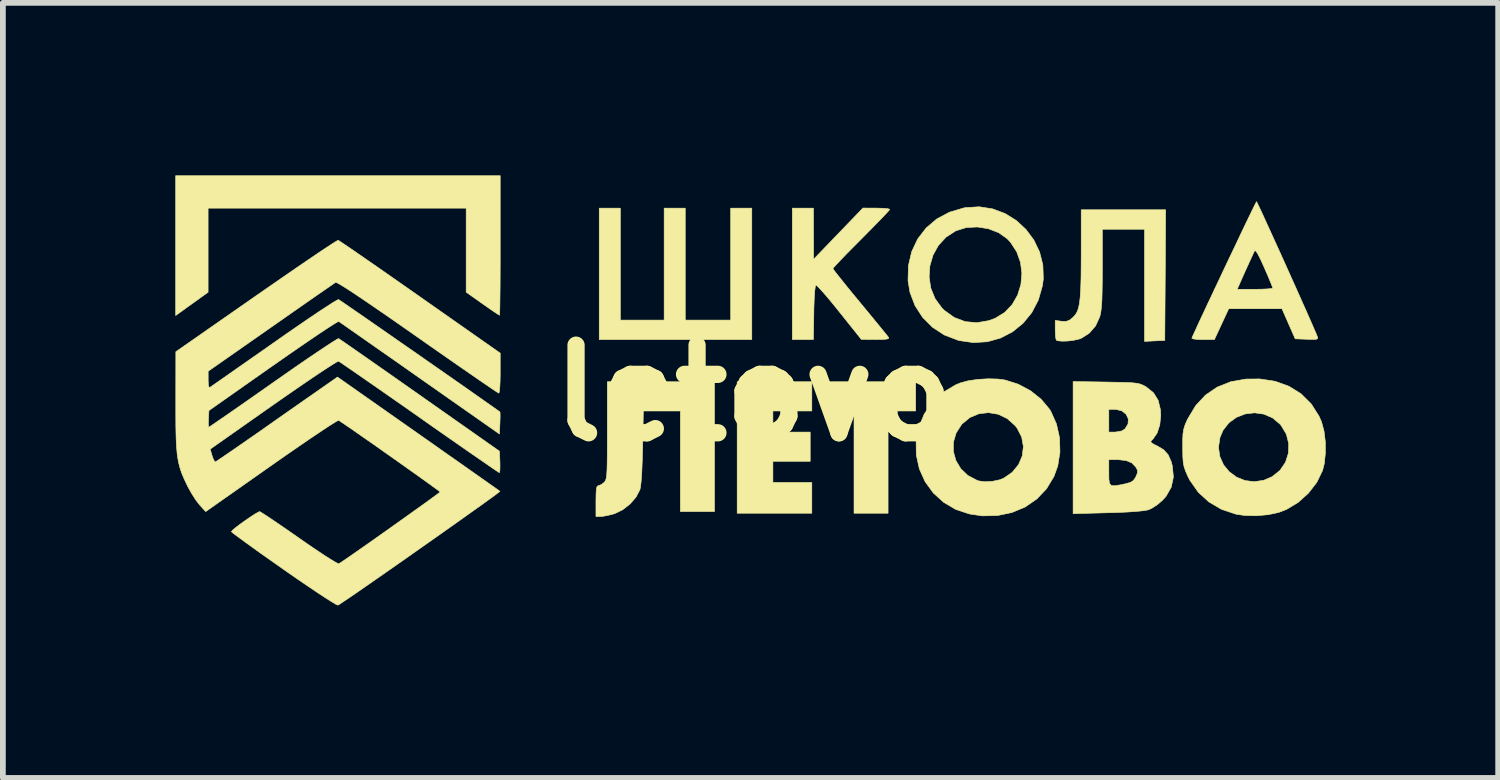
<source format=kicad_pcb>
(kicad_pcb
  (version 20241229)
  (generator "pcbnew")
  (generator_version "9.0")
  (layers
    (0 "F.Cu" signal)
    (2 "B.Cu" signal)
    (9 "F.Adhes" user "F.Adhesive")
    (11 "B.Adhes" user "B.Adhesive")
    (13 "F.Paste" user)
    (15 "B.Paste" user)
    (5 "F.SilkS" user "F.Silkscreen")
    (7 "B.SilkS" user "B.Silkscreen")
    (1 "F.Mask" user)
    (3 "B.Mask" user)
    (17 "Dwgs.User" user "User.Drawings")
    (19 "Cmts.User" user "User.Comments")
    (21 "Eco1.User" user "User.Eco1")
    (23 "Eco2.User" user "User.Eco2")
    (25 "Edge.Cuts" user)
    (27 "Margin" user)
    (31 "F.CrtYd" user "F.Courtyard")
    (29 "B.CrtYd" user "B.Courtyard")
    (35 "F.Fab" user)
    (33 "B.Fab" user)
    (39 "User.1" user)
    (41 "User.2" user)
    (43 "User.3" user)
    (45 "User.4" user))
  (footprint "letovo"
    (layer "F.Cu")
    (at 10.052 3.787)
    (property "Reference" "letovo" (at 0 0 0) (layer "F.SilkS") (effects (font (size 1.524 1.524) (thickness 0.3))))
    (attr through_hole)
    (fp_poly (pts (xy 2.822 0.31) (xy 2.342 0.31) (xy 2.342 2.088) (xy 1.75 2.088) (xy 1.75 0.31) (xy 1.27 0.31) (xy 1.27 -0.198) (xy 2.822 -0.198) (xy 2.822 0.31)) (stroke (width 0.01) (type solid)) (fill yes) (layer "F.SilkS"))
    (fp_poly (pts (xy -2.314 -1.27) (xy -1.552 -1.27) (xy -1.552 -3.217) (xy -1.185 -3.217) (xy -1.185 -1.27) (xy -0.395 -1.27) (xy -0.395 -3.217) (xy -0.028 -3.217) (xy -0.028 -0.931) (xy -2.681 -0.931) (xy -2.681 -3.217) (xy -2.314 -3.217) (xy -2.314 -1.27)) (stroke (width 0.01) (type solid)) (fill yes) (layer "F.SilkS"))
    (fp_poly (pts (xy 1.016 0.31) (xy 0.339 0.31) (xy 0.339 0.677) (xy 0.988 0.677) (xy 0.988 1.185) (xy 0.339 1.185) (xy 0.339 1.552) (xy 1.016 1.552) (xy 1.016 2.088) (xy -0.282 2.088) (xy -0.282 -0.198) (xy 1.016 -0.198) (xy 1.016 0.31)) (stroke (width 0.01) (type solid)) (fill yes) (layer "F.SilkS"))
    (fp_poly (pts (xy -4.403 -2.568) (xy -4.403 -2.313) (xy -4.404 -2.075) (xy -4.405 -1.862) (xy -4.407 -1.679) (xy -4.409 -1.531) (xy -4.411 -1.425) (xy -4.413 -1.365) (xy -4.415 -1.355) (xy -4.441 -1.37) (xy -4.505 -1.412) (xy -4.595 -1.474) (xy -4.704 -1.55) (xy -4.711 -1.555) (xy -4.995 -1.756) (xy -4.995 -3.217) (xy -9.483 -3.217) (xy -9.483 -1.755) (xy -9.617 -1.659) (xy -9.718 -1.586) (xy -9.833 -1.504) (xy -9.899 -1.456) (xy -10.047 -1.35) (xy -10.047 -3.782) (xy -4.403 -3.782) (xy -4.403 -2.568)) (stroke (width 0.01) (type solid)) (fill yes) (layer "F.SilkS"))
    (fp_poly (pts (xy -0.677 2.06) (xy -1.27 2.06) (xy -1.27 0.31) (xy -1.914 0.31) (xy -1.926 0.938) (xy -1.933 1.178) (xy -1.941 1.378) (xy -1.952 1.534) (xy -1.965 1.64) (xy -1.974 1.679) (xy -2.039 1.805) (xy -2.143 1.926) (xy -2.272 2.027) (xy -2.411 2.095) (xy -2.425 2.099) (xy -2.526 2.125) (xy -2.618 2.142) (xy -2.658 2.145) (xy -2.738 2.145) (xy -2.738 1.877) (xy -2.736 1.749) (xy -2.731 1.668) (xy -2.719 1.625) (xy -2.701 1.609) (xy -2.695 1.609) (xy -2.645 1.59) (xy -2.596 1.552) (xy -2.58 1.534) (xy -2.568 1.51) (xy -2.558 1.474) (xy -2.551 1.421) (xy -2.546 1.343) (xy -2.543 1.234) (xy -2.541 1.088) (xy -2.54 0.899) (xy -2.54 0.66) (xy -2.54 0.649) (xy -2.54 -0.198) (xy -0.677 -0.198) (xy -0.677 2.06)) (stroke (width 0.01) (type solid)) (fill yes) (layer "F.SilkS"))
    (fp_poly (pts (xy 7.162 -2.053) (xy 7.154 -0.917) (xy 6.978 -0.909) (xy 6.802 -0.9) (xy 6.802 -2.85) (xy 6.068 -2.85) (xy 6.068 -2.164) (xy 6.067 -1.932) (xy 6.064 -1.749) (xy 6.06 -1.606) (xy 6.052 -1.497) (xy 6.042 -1.412) (xy 6.028 -1.345) (xy 6.022 -1.325) (xy 5.951 -1.17) (xy 5.841 -1.043) (xy 5.705 -0.956) (xy 5.653 -0.937) (xy 5.562 -0.918) (xy 5.46 -0.906) (xy 5.364 -0.904) (xy 5.293 -0.911) (xy 5.268 -0.922) (xy 5.258 -0.958) (xy 5.251 -1.033) (xy 5.249 -1.103) (xy 5.249 -1.265) (xy 5.358 -1.25) (xy 5.439 -1.247) (xy 5.502 -1.272) (xy 5.556 -1.316) (xy 5.595 -1.358) (xy 5.627 -1.408) (xy 5.651 -1.472) (xy 5.67 -1.557) (xy 5.683 -1.67) (xy 5.692 -1.815) (xy 5.698 -2) (xy 5.7 -2.23) (xy 5.701 -2.445) (xy 5.701 -3.189) (xy 7.169 -3.189) (xy 7.162 -2.053)) (stroke (width 0.01) (type solid)) (fill yes) (layer "F.SilkS"))
    (fp_poly (pts (xy 2.138 -3.218) (xy 2.244 -3.215) (xy 2.325 -3.209) (xy 2.368 -3.199) (xy 2.371 -3.196) (xy 2.352 -3.171) (xy 2.298 -3.112) (xy 2.214 -3.024) (xy 2.107 -2.914) (xy 1.982 -2.787) (xy 1.877 -2.681) (xy 1.741 -2.544) (xy 1.619 -2.421) (xy 1.517 -2.315) (xy 1.44 -2.234) (xy 1.394 -2.182) (xy 1.383 -2.166) (xy 1.4 -2.139) (xy 1.449 -2.075) (xy 1.525 -1.98) (xy 1.622 -1.859) (xy 1.737 -1.718) (xy 1.857 -1.573) (xy 1.985 -1.418) (xy 2.101 -1.277) (xy 2.201 -1.155) (xy 2.28 -1.058) (xy 2.332 -0.993) (xy 2.352 -0.967) (xy 2.35 -0.949) (xy 2.313 -0.939) (xy 2.234 -0.934) (xy 2.125 -0.933) (xy 1.877 -0.935) (xy 1.496 -1.412) (xy 1.383 -1.552) (xy 1.281 -1.675) (xy 1.194 -1.774) (xy 1.13 -1.844) (xy 1.093 -1.879) (xy 1.087 -1.881) (xy 1.076 -1.85) (xy 1.066 -1.77) (xy 1.058 -1.646) (xy 1.052 -1.485) (xy 1.051 -1.402) (xy 1.043 -0.931) (xy 0.677 -0.931) (xy 0.677 -3.217) (xy 1.044 -3.217) (xy 1.045 -2.773) (xy 1.047 -2.328) (xy 1.476 -2.774) (xy 1.905 -3.219) (xy 2.138 -3.218)) (stroke (width 0.01) (type solid)) (fill yes) (layer "F.SilkS"))
    (fp_poly (pts (xy 4.257 -0.245) (xy 4.374 -0.229) (xy 4.605 -0.156) (xy 4.819 -0.042) (xy 5.004 0.106) (xy 5.15 0.28) (xy 5.175 0.321) (xy 5.271 0.538) (xy 5.324 0.777) (xy 5.331 1.025) (xy 5.293 1.266) (xy 5.226 1.451) (xy 5.097 1.664) (xy 4.928 1.841) (xy 4.726 1.98) (xy 4.496 2.076) (xy 4.246 2.128) (xy 3.981 2.134) (xy 3.761 2.102) (xy 3.52 2.023) (xy 3.308 1.898) (xy 3.128 1.735) (xy 2.986 1.539) (xy 2.886 1.317) (xy 2.833 1.075) (xy 2.832 1.016) (xy 3.478 1.016) (xy 3.522 1.173) (xy 3.607 1.315) (xy 3.731 1.433) (xy 3.891 1.517) (xy 3.916 1.526) (xy 4.024 1.541) (xy 4.155 1.534) (xy 4.283 1.507) (xy 4.352 1.48) (xy 4.502 1.376) (xy 4.611 1.243) (xy 4.676 1.091) (xy 4.695 0.929) (xy 4.666 0.765) (xy 4.587 0.61) (xy 4.551 0.564) (xy 4.414 0.442) (xy 4.257 0.367) (xy 4.09 0.339) (xy 3.923 0.358) (xy 3.766 0.423) (xy 3.629 0.536) (xy 3.622 0.543) (xy 3.526 0.692) (xy 3.478 0.853) (xy 3.478 1.016) (xy 2.832 1.016) (xy 2.83 0.849) (xy 2.876 0.594) (xy 2.972 0.362) (xy 3.114 0.158) (xy 3.297 -0.013) (xy 3.518 -0.144) (xy 3.596 -0.177) (xy 3.732 -0.214) (xy 3.902 -0.239) (xy 4.084 -0.25) (xy 4.257 -0.245)) (stroke (width 0.01) (type solid)) (fill yes) (layer "F.SilkS"))
    (fp_poly (pts (xy 4.159 -3.205) (xy 4.376 -3.124) (xy 4.571 -3.003) (xy 4.74 -2.847) (xy 4.877 -2.663) (xy 4.977 -2.455) (xy 5.034 -2.229) (xy 5.042 -1.991) (xy 5.027 -1.87) (xy 4.956 -1.621) (xy 4.842 -1.402) (xy 4.69 -1.216) (xy 4.507 -1.067) (xy 4.297 -0.958) (xy 4.068 -0.894) (xy 3.826 -0.879) (xy 3.576 -0.915) (xy 3.559 -0.92) (xy 3.321 -1.011) (xy 3.114 -1.146) (xy 2.942 -1.319) (xy 2.81 -1.523) (xy 2.723 -1.753) (xy 2.689 -1.956) (xy 2.691 -2.019) (xy 3.056 -2.019) (xy 3.085 -1.826) (xy 3.159 -1.644) (xy 3.278 -1.481) (xy 3.319 -1.44) (xy 3.492 -1.316) (xy 3.683 -1.244) (xy 3.886 -1.225) (xy 4.094 -1.261) (xy 4.205 -1.302) (xy 4.371 -1.404) (xy 4.502 -1.542) (xy 4.596 -1.707) (xy 4.652 -1.89) (xy 4.669 -2.083) (xy 4.645 -2.275) (xy 4.579 -2.459) (xy 4.47 -2.625) (xy 4.412 -2.687) (xy 4.264 -2.791) (xy 4.085 -2.86) (xy 3.892 -2.89) (xy 3.699 -2.879) (xy 3.523 -2.824) (xy 3.52 -2.823) (xy 3.35 -2.713) (xy 3.217 -2.569) (xy 3.123 -2.399) (xy 3.069 -2.213) (xy 3.056 -2.019) (xy 2.691 -2.019) (xy 2.696 -2.218) (xy 2.753 -2.461) (xy 2.857 -2.681) (xy 3.004 -2.872) (xy 3.189 -3.029) (xy 3.41 -3.147) (xy 3.66 -3.221) (xy 3.685 -3.226) (xy 3.927 -3.241) (xy 4.159 -3.205)) (stroke (width 0.01) (type solid)) (fill yes) (layer "F.SilkS"))
    (fp_poly (pts (xy 9.075 -0.206) (xy 9.316 -0.118) (xy 9.526 0.013) (xy 9.7 0.186) (xy 9.835 0.398) (xy 9.88 0.5) (xy 9.923 0.658) (xy 9.946 0.846) (xy 9.947 1.043) (xy 9.928 1.226) (xy 9.898 1.345) (xy 9.798 1.551) (xy 9.653 1.739) (xy 9.474 1.9) (xy 9.273 2.021) (xy 9.134 2.075) (xy 8.95 2.114) (xy 8.744 2.132) (xy 8.541 2.127) (xy 8.393 2.105) (xy 8.141 2.021) (xy 7.921 1.892) (xy 7.736 1.723) (xy 7.591 1.516) (xy 7.555 1.446) (xy 7.516 1.356) (xy 7.49 1.282) (xy 7.475 1.204) (xy 7.468 1.107) (xy 7.466 0.973) (xy 7.466 0.945) (xy 7.466 0.943) (xy 8.088 0.943) (xy 8.112 1.104) (xy 8.176 1.247) (xy 8.276 1.368) (xy 8.403 1.461) (xy 8.549 1.52) (xy 8.709 1.54) (xy 8.874 1.516) (xy 9.021 1.453) (xy 9.158 1.343) (xy 9.253 1.203) (xy 9.304 1.045) (xy 9.31 0.879) (xy 9.269 0.715) (xy 9.179 0.564) (xy 9.162 0.543) (xy 9.03 0.431) (xy 8.878 0.365) (xy 8.716 0.342) (xy 8.555 0.361) (xy 8.403 0.419) (xy 8.27 0.515) (xy 8.167 0.646) (xy 8.114 0.771) (xy 8.088 0.943) (xy 7.466 0.943) (xy 7.466 0.805) (xy 7.471 0.704) (xy 7.484 0.626) (xy 7.506 0.554) (xy 7.542 0.471) (xy 7.555 0.445) (xy 7.691 0.218) (xy 7.862 0.034) (xy 8.066 -0.105) (xy 8.302 -0.199) (xy 8.566 -0.245) (xy 8.805 -0.247) (xy 9.075 -0.206)) (stroke (width 0.01) (type solid)) (fill yes) (layer "F.SilkS"))
    (fp_poly (pts (xy 8.763 -3.305) (xy 8.797 -3.235) (xy 8.848 -3.126) (xy 8.913 -2.984) (xy 8.99 -2.815) (xy 9.076 -2.626) (xy 9.169 -2.422) (xy 9.264 -2.211) (xy 9.36 -1.997) (xy 9.454 -1.788) (xy 9.542 -1.59) (xy 9.623 -1.409) (xy 9.693 -1.25) (xy 9.749 -1.121) (xy 9.789 -1.028) (xy 9.809 -0.979) (xy 9.814 -0.953) (xy 9.798 -0.939) (xy 9.748 -0.934) (xy 9.656 -0.936) (xy 9.625 -0.937) (xy 9.422 -0.945) (xy 9.307 -1.206) (xy 9.192 -1.468) (xy 8.266 -1.468) (xy 8.017 -0.931) (xy 7.816 -0.931) (xy 7.72 -0.934) (xy 7.651 -0.943) (xy 7.625 -0.954) (xy 7.625 -0.956) (xy 7.645 -1.003) (xy 7.686 -1.092) (xy 7.743 -1.218) (xy 7.816 -1.373) (xy 7.899 -1.551) (xy 7.992 -1.747) (xy 8.019 -1.806) (xy 8.413 -1.806) (xy 8.722 -1.806) (xy 8.847 -1.808) (xy 8.947 -1.813) (xy 9.012 -1.82) (xy 9.032 -1.827) (xy 9.021 -1.86) (xy 8.992 -1.933) (xy 8.948 -2.038) (xy 8.894 -2.162) (xy 8.886 -2.182) (xy 8.821 -2.324) (xy 8.774 -2.417) (xy 8.742 -2.467) (xy 8.721 -2.478) (xy 8.714 -2.471) (xy 8.694 -2.429) (xy 8.656 -2.347) (xy 8.606 -2.238) (xy 8.551 -2.117) (xy 8.413 -1.806) (xy 8.019 -1.806) (xy 8.09 -1.955) (xy 8.19 -2.168) (xy 8.291 -2.38) (xy 8.389 -2.585) (xy 8.48 -2.778) (xy 8.563 -2.951) (xy 8.634 -3.098) (xy 8.691 -3.215) (xy 8.73 -3.294) (xy 8.749 -3.329) (xy 8.75 -3.33) (xy 8.763 -3.305)) (stroke (width 0.01) (type solid)) (fill yes) (layer "F.SilkS"))
    (fp_poly (pts (xy 6.131 -0.193) (xy 6.325 -0.189) (xy 6.471 -0.186) (xy 6.578 -0.181) (xy 6.656 -0.173) (xy 6.714 -0.162) (xy 6.759 -0.146) (xy 6.802 -0.125) (xy 6.834 -0.106) (xy 6.958 -0.006) (xy 7.039 0.124) (xy 7.079 0.289) (xy 7.084 0.391) (xy 7.067 0.553) (xy 7.021 0.694) (xy 6.949 0.799) (xy 6.93 0.817) (xy 6.91 0.841) (xy 6.923 0.865) (xy 6.976 0.896) (xy 7.021 0.917) (xy 7.135 0.985) (xy 7.213 1.072) (xy 7.267 1.194) (xy 7.286 1.269) (xy 7.304 1.458) (xy 7.267 1.634) (xy 7.177 1.793) (xy 7.116 1.861) (xy 7.028 1.937) (xy 6.934 1.999) (xy 6.872 2.028) (xy 6.797 2.043) (xy 6.671 2.056) (xy 6.498 2.068) (xy 6.283 2.077) (xy 6.16 2.08) (xy 5.56 2.096) (xy 5.56 1.157) (xy 6.181 1.157) (xy 6.181 1.383) (xy 6.182 1.497) (xy 6.193 1.569) (xy 6.223 1.605) (xy 6.283 1.611) (xy 6.382 1.595) (xy 6.463 1.578) (xy 6.555 1.553) (xy 6.609 1.519) (xy 6.647 1.464) (xy 6.652 1.452) (xy 6.68 1.386) (xy 6.679 1.339) (xy 6.65 1.285) (xy 6.649 1.285) (xy 6.581 1.213) (xy 6.483 1.172) (xy 6.346 1.157) (xy 6.32 1.157) (xy 6.181 1.157) (xy 5.56 1.157) (xy 5.56 0.282) (xy 6.181 0.282) (xy 6.181 0.677) (xy 6.294 0.677) (xy 6.408 0.657) (xy 6.463 0.621) (xy 6.515 0.536) (xy 6.52 0.448) (xy 6.482 0.368) (xy 6.41 0.309) (xy 6.308 0.283) (xy 6.294 0.282) (xy 6.181 0.282) (xy 5.56 0.282) (xy 5.56 -0.202) (xy 6.131 -0.193)) (stroke (width 0.01) (type solid)) (fill yes) (layer "F.SilkS"))
    (fp_poly (pts (xy -7.221 -2.659) (xy -7.193 -2.641) (xy -7.122 -2.594) (xy -7.014 -2.521) (xy -6.872 -2.423) (xy -6.7 -2.304) (xy -6.502 -2.167) (xy -6.283 -2.014) (xy -6.047 -1.849) (xy -5.797 -1.674) (xy -5.796 -1.673) (xy -4.403 -0.696) (xy -4.403 -0.348) (xy -4.405 -0.215) (xy -4.41 -0.106) (xy -4.417 -0.031) (xy -4.426 -0.000183) (xy -4.427 0) (xy -4.454 -0.016) (xy -4.523 -0.061) (xy -4.63 -0.134) (xy -4.771 -0.23) (xy -4.941 -0.348) (xy -5.138 -0.484) (xy -5.356 -0.636) (xy -5.592 -0.8) (xy -5.84 -0.974) (xy -6.169 -1.204) (xy -6.456 -1.403) (xy -6.7 -1.57) (xy -6.901 -1.706) (xy -7.059 -1.81) (xy -7.173 -1.881) (xy -7.243 -1.92) (xy -7.266 -1.927) (xy -7.296 -1.906) (xy -7.367 -1.857) (xy -7.476 -1.782) (xy -7.616 -1.685) (xy -7.784 -1.568) (xy -7.975 -1.435) (xy -8.183 -1.289) (xy -8.392 -1.143) (xy -9.482 -0.381) (xy -9.482 -0.231) (xy -9.479 -0.143) (xy -9.468 -0.103) (xy -9.447 -0.103) (xy -9.418 -0.123) (xy -9.347 -0.173) (xy -9.239 -0.248) (xy -9.099 -0.346) (xy -8.932 -0.463) (xy -8.742 -0.596) (xy -8.534 -0.741) (xy -8.332 -0.883) (xy -8.112 -1.037) (xy -7.906 -1.179) (xy -7.718 -1.308) (xy -7.553 -1.419) (xy -7.415 -1.509) (xy -7.31 -1.577) (xy -7.241 -1.617) (xy -7.215 -1.628) (xy -7.189 -1.611) (xy -7.121 -1.565) (xy -7.016 -1.493) (xy -6.88 -1.399) (xy -6.718 -1.287) (xy -6.533 -1.159) (xy -6.332 -1.019) (xy -6.118 -0.87) (xy -5.897 -0.717) (xy -5.674 -0.561) (xy -5.454 -0.408) (xy -5.241 -0.259) (xy -5.04 -0.119) (xy -4.857 0.01) (xy -4.696 0.123) (xy -4.562 0.217) (xy -4.459 0.29) (xy -4.408 0.326) (xy -4.405 0.355) (xy -4.405 0.425) (xy -4.408 0.521) (xy -4.417 0.71) (xy -5.8 -0.26) (xy -6.049 -0.435) (xy -6.284 -0.6) (xy -6.502 -0.752) (xy -6.699 -0.89) (xy -6.869 -1.009) (xy -7.01 -1.107) (xy -7.116 -1.182) (xy -7.185 -1.229) (xy -7.211 -1.247) (xy -7.239 -1.235) (xy -7.308 -1.193) (xy -7.415 -1.124) (xy -7.553 -1.033) (xy -7.719 -0.92) (xy -7.909 -0.79) (xy -8.117 -0.646) (xy -8.339 -0.491) (xy -8.354 -0.481) (xy -9.469 0.303) (xy -9.477 0.448) (xy -9.479 0.529) (xy -9.476 0.582) (xy -9.471 0.593) (xy -9.446 0.577) (xy -9.379 0.532) (xy -9.275 0.46) (xy -9.138 0.366) (xy -8.974 0.252) (xy -8.786 0.121) (xy -8.579 -0.024) (xy -8.358 -0.179) (xy -8.35 -0.185) (xy -8.128 -0.34) (xy -7.92 -0.485) (xy -7.73 -0.615) (xy -7.562 -0.728) (xy -7.423 -0.821) (xy -7.315 -0.891) (xy -7.244 -0.935) (xy -7.214 -0.949) (xy -7.213 -0.949) (xy -7.185 -0.93) (xy -7.115 -0.883) (xy -7.007 -0.808) (xy -6.865 -0.709) (xy -6.694 -0.59) (xy -6.497 -0.452) (xy -6.278 -0.299) (xy -6.042 -0.133) (xy -5.8 0.037) (xy -4.417 1.009) (xy -4.408 1.196) (xy -4.407 1.29) (xy -4.41 1.357) (xy -4.418 1.383) (xy -4.443 1.367) (xy -4.511 1.322) (xy -4.617 1.249) (xy -4.756 1.153) (xy -4.926 1.036) (xy -5.121 0.9) (xy -5.338 0.749) (xy -5.573 0.585) (xy -5.807 0.42) (xy -6.055 0.246) (xy -6.29 0.082) (xy -6.508 -0.07) (xy -6.704 -0.206) (xy -6.874 -0.324) (xy -7.015 -0.421) (xy -7.121 -0.494) (xy -7.189 -0.54) (xy -7.215 -0.556) (xy -7.245 -0.543) (xy -7.315 -0.5) (xy -7.423 -0.431) (xy -7.563 -0.339) (xy -7.73 -0.226) (xy -7.92 -0.096) (xy -8.128 0.048) (xy -8.349 0.202) (xy -9.447 0.974) (xy -9.414 1.087) (xy -9.389 1.156) (xy -9.365 1.193) (xy -9.359 1.196) (xy -9.331 1.18) (xy -9.263 1.134) (xy -9.16 1.064) (xy -9.027 0.973) (xy -8.87 0.864) (xy -8.694 0.742) (xy -8.556 0.646) (xy -8.356 0.505) (xy -8.158 0.366) (xy -7.969 0.234) (xy -7.799 0.115) (xy -7.654 0.014) (xy -7.544 -0.063) (xy -7.505 -0.09) (xy -7.233 -0.28) (xy -5.825 0.709) (xy -5.574 0.885) (xy -5.338 1.052) (xy -5.119 1.205) (xy -4.922 1.344) (xy -4.752 1.464) (xy -4.611 1.563) (xy -4.504 1.638) (xy -4.435 1.687) (xy -4.408 1.707) (xy -4.408 1.707) (xy -4.428 1.724) (xy -4.49 1.771) (xy -4.589 1.843) (xy -4.719 1.937) (xy -4.877 2.049) (xy -5.056 2.177) (xy -5.254 2.317) (xy -5.463 2.465) (xy -5.681 2.618) (xy -5.901 2.773) (xy -6.12 2.927) (xy -6.332 3.075) (xy -6.533 3.215) (xy -6.717 3.343) (xy -6.88 3.456) (xy -7.017 3.55) (xy -7.124 3.622) (xy -7.194 3.669) (xy -7.225 3.687) (xy -7.225 3.687) (xy -7.257 3.674) (xy -7.329 3.631) (xy -7.437 3.563) (xy -7.576 3.472) (xy -7.739 3.362) (xy -7.923 3.237) (xy -8.121 3.1) (xy -8.169 3.066) (xy -8.369 2.925) (xy -8.554 2.795) (xy -8.718 2.677) (xy -8.858 2.576) (xy -8.967 2.496) (xy -9.042 2.44) (xy -9.076 2.412) (xy -9.078 2.409) (xy -9.059 2.385) (xy -9.005 2.339) (xy -8.926 2.279) (xy -8.835 2.214) (xy -8.743 2.151) (xy -8.663 2.099) (xy -8.605 2.067) (xy -8.585 2.06) (xy -8.557 2.076) (xy -8.488 2.12) (xy -8.385 2.188) (xy -8.254 2.277) (xy -8.101 2.382) (xy -7.933 2.499) (xy -7.899 2.523) (xy -7.729 2.641) (xy -7.572 2.747) (xy -7.436 2.837) (xy -7.326 2.906) (xy -7.249 2.951) (xy -7.211 2.968) (xy -7.208 2.967) (xy -7.165 2.939) (xy -7.084 2.884) (xy -6.973 2.807) (xy -6.837 2.712) (xy -6.682 2.604) (xy -6.515 2.486) (xy -6.341 2.363) (xy -6.167 2.239) (xy -5.998 2.119) (xy -5.842 2.007) (xy -5.703 1.908) (xy -5.589 1.825) (xy -5.504 1.763) (xy -5.456 1.726) (xy -5.447 1.718) (xy -5.469 1.7) (xy -5.532 1.654) (xy -5.628 1.584) (xy -5.752 1.495) (xy -5.898 1.391) (xy -6.06 1.276) (xy -6.232 1.154) (xy -6.407 1.031) (xy -6.579 0.909) (xy -6.743 0.795) (xy -6.892 0.691) (xy -7.02 0.602) (xy -7.122 0.533) (xy -7.19 0.487) (xy -7.212 0.473) (xy -7.241 0.485) (xy -7.31 0.527) (xy -7.417 0.595) (xy -7.556 0.688) (xy -7.723 0.8) (xy -7.914 0.931) (xy -8.123 1.075) (xy -8.347 1.232) (xy -8.384 1.258) (xy -9.525 2.06) (xy -9.633 1.941) (xy -9.697 1.858) (xy -9.769 1.745) (xy -9.837 1.623) (xy -9.85 1.596) (xy -9.902 1.486) (xy -9.944 1.386) (xy -9.976 1.288) (xy -10.001 1.185) (xy -10.02 1.068) (xy -10.032 0.931) (xy -10.04 0.766) (xy -10.044 0.564) (xy -10.045 0.318) (xy -10.045 0.141) (xy -10.044 -0.72) (xy -8.649 -1.693) (xy -8.398 -1.867) (xy -8.161 -2.031) (xy -7.942 -2.182) (xy -7.744 -2.317) (xy -7.572 -2.434) (xy -7.429 -2.529) (xy -7.321 -2.6) (xy -7.25 -2.644) (xy -7.221 -2.659) (xy -7.221 -2.659)) (stroke (width 0.01) (type solid)) (fill yes) (layer "F.SilkS")))
  (gr_rect
    (start -3 -3)
    (end 23.004 10.479)
    (stroke (width 0.1) (type default))
    (fill no)
    (layer "Edge.Cuts")))
</source>
